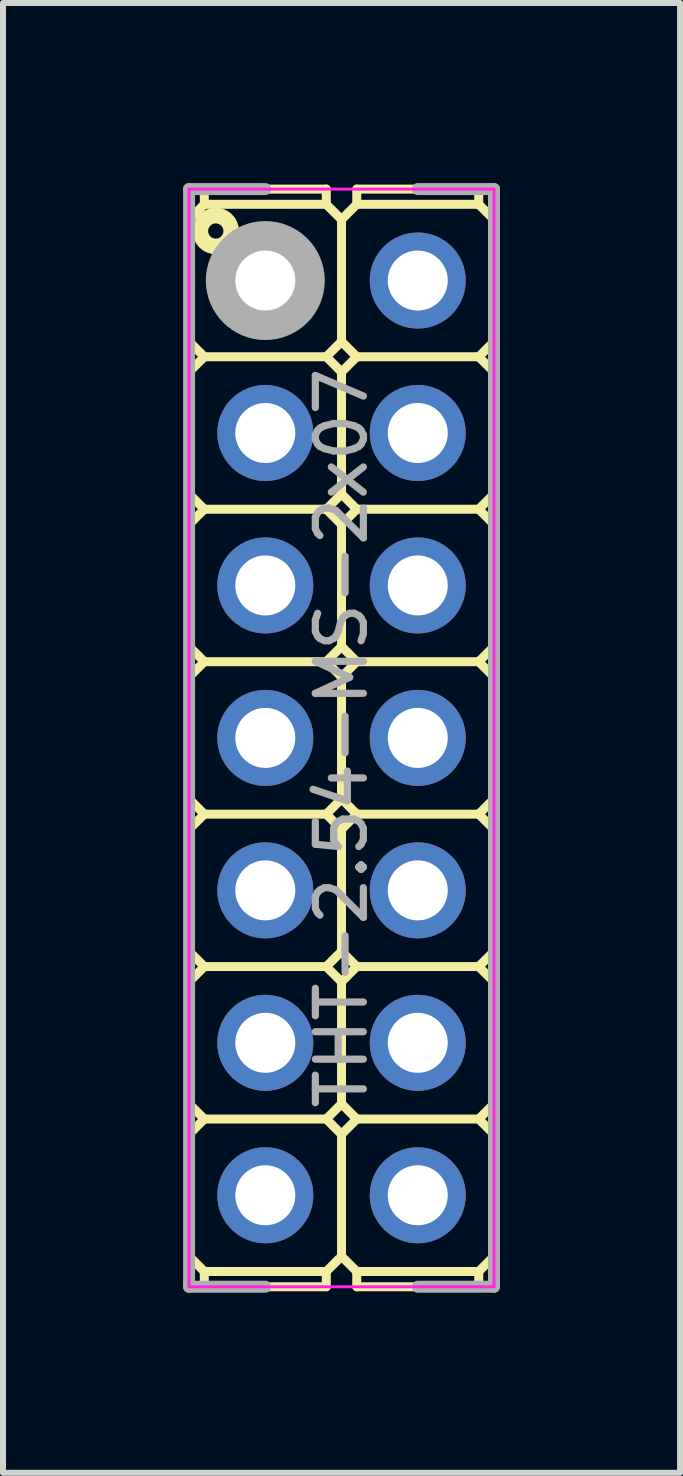
<source format=kicad_pcb>
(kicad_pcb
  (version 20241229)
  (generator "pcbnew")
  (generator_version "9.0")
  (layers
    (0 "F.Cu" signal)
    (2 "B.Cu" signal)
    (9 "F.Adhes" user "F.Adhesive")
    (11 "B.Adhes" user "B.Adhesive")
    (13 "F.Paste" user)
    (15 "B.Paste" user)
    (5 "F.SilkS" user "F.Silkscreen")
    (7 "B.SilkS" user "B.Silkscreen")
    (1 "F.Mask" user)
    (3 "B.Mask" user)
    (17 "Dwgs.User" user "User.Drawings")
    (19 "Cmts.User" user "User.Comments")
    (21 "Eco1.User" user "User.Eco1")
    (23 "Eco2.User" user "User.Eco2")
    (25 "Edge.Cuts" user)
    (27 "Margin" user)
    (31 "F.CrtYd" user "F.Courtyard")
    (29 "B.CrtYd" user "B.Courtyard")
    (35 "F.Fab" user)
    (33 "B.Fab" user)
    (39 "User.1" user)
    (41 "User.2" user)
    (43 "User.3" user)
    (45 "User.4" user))
  (footprint "THT-2.54-MS-2x07"
    (layer "F.Cu")
    (at 2.64 9.244)
    (property "Reference" "THT-2.54-MS-2x07" (at 0 0 270) (layer "F.Fab") (effects (font (size 0.8 0.8) (thickness 0.12))))
    (attr through_hole)
    (fp_line (start -2.54 -8.636) (end -2.54 -6.604) (stroke (width 0.15) (type solid)) (layer "F.SilkS"))
    (fp_line (start -2.54 -8.636) (end -2.286 -8.89) (stroke (width 0.15) (type solid)) (layer "F.SilkS"))
    (fp_line (start -2.54 -6.604) (end -2.286 -6.35) (stroke (width 0.15) (type solid)) (layer "F.SilkS"))
    (fp_line (start -2.54 -6.096) (end -2.54 -4.064) (stroke (width 0.15) (type solid)) (layer "F.SilkS"))
    (fp_line (start -2.54 -4.064) (end -2.286 -3.81) (stroke (width 0.15) (type solid)) (layer "F.SilkS"))
    (fp_line (start -2.54 -3.556) (end -2.54 -1.524) (stroke (width 0.15) (type solid)) (layer "F.SilkS"))
    (fp_line (start -2.54 -1.524) (end -2.286 -1.27) (stroke (width 0.15) (type solid)) (layer "F.SilkS"))
    (fp_line (start -2.54 -1.016) (end -2.54 1.016) (stroke (width 0.15) (type solid)) (layer "F.SilkS"))
    (fp_line (start -2.54 1.016) (end -2.286 1.27) (stroke (width 0.15) (type solid)) (layer "F.SilkS"))
    (fp_line (start -2.54 1.524) (end -2.54 3.556) (stroke (width 0.15) (type solid)) (layer "F.SilkS"))
    (fp_line (start -2.54 3.556) (end -2.286 3.81) (stroke (width 0.15) (type solid)) (layer "F.SilkS"))
    (fp_line (start -2.54 4.064) (end -2.54 6.096) (stroke (width 0.15) (type solid)) (layer "F.SilkS"))
    (fp_line (start -2.54 6.096) (end -2.286 6.35) (stroke (width 0.15) (type solid)) (layer "F.SilkS"))
    (fp_line (start -2.54 6.604) (end -2.54 8.636) (stroke (width 0.15) (type solid)) (layer "F.SilkS"))
    (fp_line (start -2.54 8.636) (end -2.286 8.89) (stroke (width 0.15) (type solid)) (layer "F.SilkS"))
    (fp_line (start -2.286 -9.144) (end -0.254 -9.144) (stroke (width 0.15) (type solid)) (layer "F.SilkS"))
    (fp_line (start -2.286 -8.89) (end -2.286 -9.144) (stroke (width 0.15) (type solid)) (layer "F.SilkS"))
    (fp_line (start -2.286 -8.89) (end -0.254 -8.89) (stroke (width 0.15) (type solid)) (layer "F.SilkS"))
    (fp_line (start -2.286 -6.35) (end -2.54 -6.096) (stroke (width 0.15) (type solid)) (layer "F.SilkS"))
    (fp_line (start -2.286 -3.81) (end -2.54 -3.556) (stroke (width 0.15) (type solid)) (layer "F.SilkS"))
    (fp_line (start -2.286 -3.81) (end -0.254 -3.81) (stroke (width 0.15) (type solid)) (layer "F.SilkS"))
    (fp_line (start -2.286 -1.27) (end -2.54 -1.016) (stroke (width 0.15) (type solid)) (layer "F.SilkS"))
    (fp_line (start -2.286 1.27) (end -2.54 1.524) (stroke (width 0.15) (type solid)) (layer "F.SilkS"))
    (fp_line (start -2.286 3.81) (end -2.54 4.064) (stroke (width 0.15) (type solid)) (layer "F.SilkS"))
    (fp_line (start -2.286 6.35) (end -2.54 6.604) (stroke (width 0.15) (type solid)) (layer "F.SilkS"))
    (fp_line (start -2.286 8.89) (end -2.286 9.144) (stroke (width 0.15) (type solid)) (layer "F.SilkS"))
    (fp_line (start -2.286 9.144) (end -0.254 9.144) (stroke (width 0.15) (type solid)) (layer "F.SilkS"))
    (fp_line (start -0.254 -9.144) (end -0.254 -8.89) (stroke (width 0.15) (type solid)) (layer "F.SilkS"))
    (fp_line (start -0.254 -8.89) (end 0 -8.636) (stroke (width 0.15) (type solid)) (layer "F.SilkS"))
    (fp_line (start -0.254 -6.35) (end -2.286 -6.35) (stroke (width 0.15) (type solid)) (layer "F.SilkS"))
    (fp_line (start -0.254 -3.81) (end 0 -4.064) (stroke (width 0.15) (type solid)) (layer "F.SilkS"))
    (fp_line (start -0.254 -1.27) (end -2.286 -1.27) (stroke (width 0.15) (type solid)) (layer "F.SilkS"))
    (fp_line (start -0.254 -1.27) (end 0 -1.524) (stroke (width 0.15) (type solid)) (layer "F.SilkS"))
    (fp_line (start -0.254 1.27) (end -2.286 1.27) (stroke (width 0.15) (type solid)) (layer "F.SilkS"))
    (fp_line (start -0.254 1.27) (end 0 1.016) (stroke (width 0.15) (type solid)) (layer "F.SilkS"))
    (fp_line (start -0.254 3.81) (end -2.286 3.81) (stroke (width 0.15) (type solid)) (layer "F.SilkS"))
    (fp_line (start -0.254 3.81) (end 0 3.556) (stroke (width 0.15) (type solid)) (layer "F.SilkS"))
    (fp_line (start -0.254 6.35) (end -2.286 6.35) (stroke (width 0.15) (type solid)) (layer "F.SilkS"))
    (fp_line (start -0.254 6.35) (end 0 6.096) (stroke (width 0.15) (type solid)) (layer "F.SilkS"))
    (fp_line (start -0.254 8.89) (end -2.286 8.89) (stroke (width 0.15) (type solid)) (layer "F.SilkS"))
    (fp_line (start -0.254 8.89) (end 0 8.636) (stroke (width 0.15) (type solid)) (layer "F.SilkS"))
    (fp_line (start -0.254 9.144) (end -0.254 8.89) (stroke (width 0.15) (type solid)) (layer "F.SilkS"))
    (fp_line (start 0 -8.636) (end 0 -6.604) (stroke (width 0.15) (type solid)) (layer "F.SilkS"))
    (fp_line (start 0 -8.636) (end 0.254 -8.89) (stroke (width 0.15) (type solid)) (layer "F.SilkS"))
    (fp_line (start 0 -6.604) (end -0.254 -6.35) (stroke (width 0.15) (type solid)) (layer "F.SilkS"))
    (fp_line (start 0 -6.604) (end 0.254 -6.35) (stroke (width 0.15) (type solid)) (layer "F.SilkS"))
    (fp_line (start 0 -6.096) (end -0.254 -6.35) (stroke (width 0.15) (type solid)) (layer "F.SilkS"))
    (fp_line (start 0 -4.064) (end 0 -6.096) (stroke (width 0.15) (type solid)) (layer "F.SilkS"))
    (fp_line (start 0 -4.064) (end 0.254 -3.81) (stroke (width 0.15) (type solid)) (layer "F.SilkS"))
    (fp_line (start 0 -3.556) (end -0.254 -3.81) (stroke (width 0.15) (type solid)) (layer "F.SilkS"))
    (fp_line (start 0 -1.524) (end 0 -3.556) (stroke (width 0.15) (type solid)) (layer "F.SilkS"))
    (fp_line (start 0 -1.524) (end 0.254 -1.27) (stroke (width 0.15) (type solid)) (layer "F.SilkS"))
    (fp_line (start 0 -1.016) (end -0.254 -1.27) (stroke (width 0.15) (type solid)) (layer "F.SilkS"))
    (fp_line (start 0 1.016) (end 0 -1.016) (stroke (width 0.15) (type solid)) (layer "F.SilkS"))
    (fp_line (start 0 1.016) (end 0.254 1.27) (stroke (width 0.15) (type solid)) (layer "F.SilkS"))
    (fp_line (start 0 1.524) (end -0.254 1.27) (stroke (width 0.15) (type solid)) (layer "F.SilkS"))
    (fp_line (start 0 3.556) (end 0 1.524) (stroke (width 0.15) (type solid)) (layer "F.SilkS"))
    (fp_line (start 0 3.556) (end 0.254 3.81) (stroke (width 0.15) (type solid)) (layer "F.SilkS"))
    (fp_line (start 0 4.064) (end -0.254 3.81) (stroke (width 0.15) (type solid)) (layer "F.SilkS"))
    (fp_line (start 0 6.096) (end 0 4.064) (stroke (width 0.15) (type solid)) (layer "F.SilkS"))
    (fp_line (start 0 6.096) (end 0.254 6.35) (stroke (width 0.15) (type solid)) (layer "F.SilkS"))
    (fp_line (start 0 6.604) (end -0.254 6.35) (stroke (width 0.15) (type solid)) (layer "F.SilkS"))
    (fp_line (start 0 8.636) (end 0 6.604) (stroke (width 0.15) (type solid)) (layer "F.SilkS"))
    (fp_line (start 0 8.636) (end 0.254 8.89) (stroke (width 0.15) (type solid)) (layer "F.SilkS"))
    (fp_line (start 0.254 -9.144) (end 2.286 -9.144) (stroke (width 0.15) (type solid)) (layer "F.SilkS"))
    (fp_line (start 0.254 -8.89) (end 0.254 -9.144) (stroke (width 0.15) (type solid)) (layer "F.SilkS"))
    (fp_line (start 0.254 -8.89) (end 2.286 -8.89) (stroke (width 0.15) (type solid)) (layer "F.SilkS"))
    (fp_line (start 0.254 -6.35) (end 0 -6.096) (stroke (width 0.15) (type solid)) (layer "F.SilkS"))
    (fp_line (start 0.254 -3.81) (end 0 -3.556) (stroke (width 0.15) (type solid)) (layer "F.SilkS"))
    (fp_line (start 0.254 -3.81) (end 2.286 -3.81) (stroke (width 0.15) (type solid)) (layer "F.SilkS"))
    (fp_line (start 0.254 -1.27) (end 0 -1.016) (stroke (width 0.15) (type solid)) (layer "F.SilkS"))
    (fp_line (start 0.254 1.27) (end 0 1.524) (stroke (width 0.15) (type solid)) (layer "F.SilkS"))
    (fp_line (start 0.254 3.81) (end 0 4.064) (stroke (width 0.15) (type solid)) (layer "F.SilkS"))
    (fp_line (start 0.254 6.35) (end 0 6.604) (stroke (width 0.15) (type solid)) (layer "F.SilkS"))
    (fp_line (start 0.254 8.89) (end 0.254 9.144) (stroke (width 0.15) (type solid)) (layer "F.SilkS"))
    (fp_line (start 0.254 9.144) (end 2.286 9.144) (stroke (width 0.15) (type solid)) (layer "F.SilkS"))
    (fp_line (start 2.286 -9.144) (end 2.286 -8.89) (stroke (width 0.15) (type solid)) (layer "F.SilkS"))
    (fp_line (start 2.286 -8.89) (end 2.54 -8.636) (stroke (width 0.15) (type solid)) (layer "F.SilkS"))
    (fp_line (start 2.286 -6.35) (end 0.254 -6.35) (stroke (width 0.15) (type solid)) (layer "F.SilkS"))
    (fp_line (start 2.286 -3.81) (end 2.54 -4.064) (stroke (width 0.15) (type solid)) (layer "F.SilkS"))
    (fp_line (start 2.286 -1.27) (end 0.254 -1.27) (stroke (width 0.15) (type solid)) (layer "F.SilkS"))
    (fp_line (start 2.286 -1.27) (end 2.54 -1.524) (stroke (width 0.15) (type solid)) (layer "F.SilkS"))
    (fp_line (start 2.286 1.27) (end 0.254 1.27) (stroke (width 0.15) (type solid)) (layer "F.SilkS"))
    (fp_line (start 2.286 1.27) (end 2.54 1.016) (stroke (width 0.15) (type solid)) (layer "F.SilkS"))
    (fp_line (start 2.286 3.81) (end 0.254 3.81) (stroke (width 0.15) (type solid)) (layer "F.SilkS"))
    (fp_line (start 2.286 3.81) (end 2.54 3.556) (stroke (width 0.15) (type solid)) (layer "F.SilkS"))
    (fp_line (start 2.286 6.35) (end 0.254 6.35) (stroke (width 0.15) (type solid)) (layer "F.SilkS"))
    (fp_line (start 2.286 6.35) (end 2.54 6.096) (stroke (width 0.15) (type solid)) (layer "F.SilkS"))
    (fp_line (start 2.286 8.89) (end 0.254 8.89) (stroke (width 0.15) (type solid)) (layer "F.SilkS"))
    (fp_line (start 2.286 8.89) (end 2.54 8.636) (stroke (width 0.15) (type solid)) (layer "F.SilkS"))
    (fp_line (start 2.286 9.144) (end 2.286 8.89) (stroke (width 0.15) (type solid)) (layer "F.SilkS"))
    (fp_line (start 2.54 -8.636) (end 2.54 -6.604) (stroke (width 0.15) (type solid)) (layer "F.SilkS"))
    (fp_line (start 2.54 -6.604) (end 2.286 -6.35) (stroke (width 0.15) (type solid)) (layer "F.SilkS"))
    (fp_line (start 2.54 -6.096) (end 2.286 -6.35) (stroke (width 0.15) (type solid)) (layer "F.SilkS"))
    (fp_line (start 2.54 -4.064) (end 2.54 -6.096) (stroke (width 0.15) (type solid)) (layer "F.SilkS"))
    (fp_line (start 2.54 -3.556) (end 2.286 -3.81) (stroke (width 0.15) (type solid)) (layer "F.SilkS"))
    (fp_line (start 2.54 -1.524) (end 2.54 -3.556) (stroke (width 0.15) (type solid)) (layer "F.SilkS"))
    (fp_line (start 2.54 -1.016) (end 2.286 -1.27) (stroke (width 0.15) (type solid)) (layer "F.SilkS"))
    (fp_line (start 2.54 1.016) (end 2.54 -1.016) (stroke (width 0.15) (type solid)) (layer "F.SilkS"))
    (fp_line (start 2.54 1.524) (end 2.286 1.27) (stroke (width 0.15) (type solid)) (layer "F.SilkS"))
    (fp_line (start 2.54 3.556) (end 2.54 1.524) (stroke (width 0.15) (type solid)) (layer "F.SilkS"))
    (fp_line (start 2.54 4.064) (end 2.286 3.81) (stroke (width 0.15) (type solid)) (layer "F.SilkS"))
    (fp_line (start 2.54 6.096) (end 2.54 4.064) (stroke (width 0.15) (type solid)) (layer "F.SilkS"))
    (fp_line (start 2.54 6.604) (end 2.286 6.35) (stroke (width 0.15) (type solid)) (layer "F.SilkS"))
    (fp_line (start 2.54 8.636) (end 2.54 6.604) (stroke (width 0.15) (type solid)) (layer "F.SilkS"))
    (fp_circle (center -2.095 -8.445) (end -1.968 -8.445) (stroke (width 0.26) (type solid)) (fill no) (layer "F.SilkS"))
    (fp_line (start -2.54 -9.144) (end 2.54 -9.144) (stroke (width 0.05) (type solid)) (layer "F.CrtYd"))
    (fp_line (start -2.54 9.144) (end -2.54 -9.144) (stroke (width 0.05) (type solid)) (layer "F.CrtYd"))
    (fp_line (start 2.54 -9.144) (end 2.54 9.144) (stroke (width 0.05) (type solid)) (layer "F.CrtYd"))
    (fp_line (start 2.54 9.144) (end -2.54 9.144) (stroke (width 0.05) (type solid)) (layer "F.CrtYd"))
    (fp_line (start -2.54 -9.144) (end -2.54 9.144) (stroke (width 0.2) (type solid)) (layer "F.Fab"))
    (fp_line (start -2.54 -9.144) (end -1.27 -9.144) (stroke (width 0.2) (type solid)) (layer "F.Fab"))
    (fp_line (start -2.54 9.144) (end -1.27 9.144) (stroke (width 0.2) (type solid)) (layer "F.Fab"))
    (fp_line (start 1.27 -9.144) (end 2.54 -9.144) (stroke (width 0.2) (type solid)) (layer "F.Fab"))
    (fp_line (start 1.27 9.144) (end 2.54 9.144) (stroke (width 0.2) (type solid)) (layer "F.Fab"))
    (fp_line (start 2.54 9.144) (end 2.54 -9.144) (stroke (width 0.2) (type solid)) (layer "F.Fab"))
    (fp_circle (center -1.27 -7.62) (end -1.27 -7.429) (stroke (width 0.8) (type solid)) (fill no) (layer "F.Fab"))
    (pad "1" thru_hole circle (at -1.27 -7.62) (size 1.6 1.6) (drill 1) (layers "*.Cu" "*.Mask"))
    (pad "2" thru_hole circle (at 1.27 -7.62) (size 1.6 1.6) (drill 1) (layers "*.Cu" "*.Mask"))
    (pad "3" thru_hole circle (at -1.27 -5.08) (size 1.6 1.6) (drill 1) (layers "*.Cu" "*.Mask"))
    (pad "4" thru_hole circle (at 1.27 -5.08) (size 1.6 1.6) (drill 1) (layers "*.Cu" "*.Mask"))
    (pad "5" thru_hole circle (at -1.27 -2.54) (size 1.6 1.6) (drill 1) (layers "*.Cu" "*.Mask"))
    (pad "6" thru_hole circle (at 1.27 -2.54) (size 1.6 1.6) (drill 1) (layers "*.Cu" "*.Mask"))
    (pad "7" thru_hole circle (at -1.27 0) (size 1.6 1.6) (drill 1) (layers "*.Cu" "*.Mask"))
    (pad "8" thru_hole circle (at 1.27 0) (size 1.6 1.6) (drill 1) (layers "*.Cu" "*.Mask"))
    (pad "9" thru_hole circle (at -1.27 2.54) (size 1.6 1.6) (drill 1) (layers "*.Cu" "*.Mask"))
    (pad "10" thru_hole circle (at 1.27 2.54) (size 1.6 1.6) (drill 1) (layers "*.Cu" "*.Mask"))
    (pad "11" thru_hole circle (at -1.27 5.08) (size 1.6 1.6) (drill 1) (layers "*.Cu" "*.Mask"))
    (pad "12" thru_hole circle (at 1.27 5.08) (size 1.6 1.6) (drill 1) (layers "*.Cu" "*.Mask"))
    (pad "13" thru_hole circle (at -1.27 7.62) (size 1.6 1.6) (drill 1) (layers "*.Cu" "*.Mask"))
    (pad "14" thru_hole circle (at 1.27 7.62) (size 1.6 1.6) (drill 1) (layers "*.Cu" "*.Mask")))
  (gr_rect
    (start -3 -3)
    (end 8.28 21.488)
    (stroke (width 0.1) (type default))
    (fill no)
    (layer "Edge.Cuts")))
</source>
